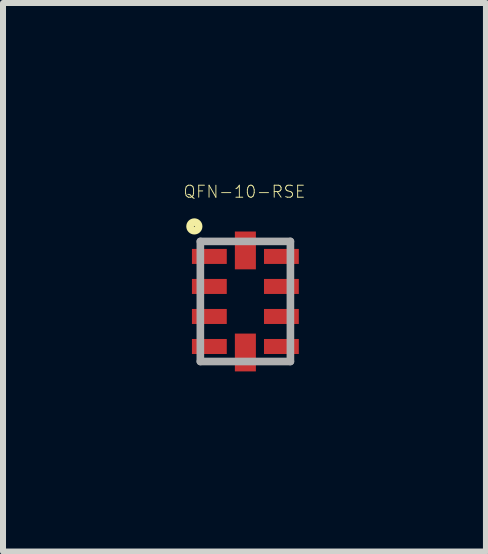
<source format=kicad_pcb>
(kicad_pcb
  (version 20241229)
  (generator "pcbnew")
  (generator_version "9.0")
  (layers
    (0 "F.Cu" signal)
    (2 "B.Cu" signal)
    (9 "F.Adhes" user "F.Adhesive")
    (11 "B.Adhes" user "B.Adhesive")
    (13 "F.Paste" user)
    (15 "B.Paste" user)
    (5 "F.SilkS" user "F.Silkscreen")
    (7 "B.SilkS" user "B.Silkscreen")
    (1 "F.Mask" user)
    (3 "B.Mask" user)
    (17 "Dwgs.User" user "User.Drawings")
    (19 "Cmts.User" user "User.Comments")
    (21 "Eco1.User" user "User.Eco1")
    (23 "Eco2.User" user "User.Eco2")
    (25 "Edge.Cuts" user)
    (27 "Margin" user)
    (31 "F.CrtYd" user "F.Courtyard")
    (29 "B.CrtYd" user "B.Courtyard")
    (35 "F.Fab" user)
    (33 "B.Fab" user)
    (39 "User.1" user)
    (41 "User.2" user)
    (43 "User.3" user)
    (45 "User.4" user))
  (footprint "QFN-10-RSE"
    (layer "F.Cu")
    (at 1.037 1.971)
    (property "Reference" "QFN-10-RSE" (at -0.015 -1.828 0) (layer "F.SilkS") (effects (font (size 0.2 0.2) (thickness 0.015))))
    (attr through_hole)
    (fp_circle (center -0.85 -1.25) (end -0.779 -1.25) (stroke (width 0.127) (type solid)) (fill no) (layer "F.SilkS"))
    (fp_line (start -0.75 -1) (end 0.75 -1) (stroke (width 0.127) (type solid)) (layer "F.Fab"))
    (fp_line (start -0.75 1) (end -0.75 -1) (stroke (width 0.127) (type solid)) (layer "F.Fab"))
    (fp_line (start 0.75 -1) (end 0.75 1) (stroke (width 0.127) (type solid)) (layer "F.Fab"))
    (fp_line (start 0.75 1) (end -0.75 1) (stroke (width 0.127) (type solid)) (layer "F.Fab"))
    (pad "1" smd rect (at -0.6 -0.75) (size 0.58 0.25) (layers "F.Cu" "F.Mask" "F.Paste"))
    (pad "2" smd rect (at -0.6 -0.25) (size 0.58 0.25) (layers "F.Cu" "F.Mask" "F.Paste"))
    (pad "3" smd rect (at -0.6 0.25) (size 0.58 0.25) (layers "F.Cu" "F.Mask" "F.Paste"))
    (pad "4" smd rect (at -0.6 0.75) (size 0.58 0.25) (layers "F.Cu" "F.Mask" "F.Paste"))
    (pad "5" smd rect (at 0 0.85) (size 0.35 0.63) (layers "F.Cu" "F.Mask" "F.Paste"))
    (pad "6" smd rect (at 0.6 0.75) (size 0.58 0.25) (layers "F.Cu" "F.Mask" "F.Paste"))
    (pad "7" smd rect (at 0.6 0.25) (size 0.58 0.25) (layers "F.Cu" "F.Mask" "F.Paste"))
    (pad "8" smd rect (at 0.6 -0.25) (size 0.58 0.25) (layers "F.Cu" "F.Mask" "F.Paste"))
    (pad "9" smd rect (at 0.6 -0.75) (size 0.58 0.25) (layers "F.Cu" "F.Mask" "F.Paste"))
    (pad "10" smd rect (at 0 -0.85) (size 0.35 0.63) (layers "F.Cu" "F.Mask" "F.Paste")))
  (gr_rect
    (start -3 -3)
    (end 5.044 6.136)
    (stroke (width 0.1) (type default))
    (fill no)
    (layer "Edge.Cuts")))
</source>
